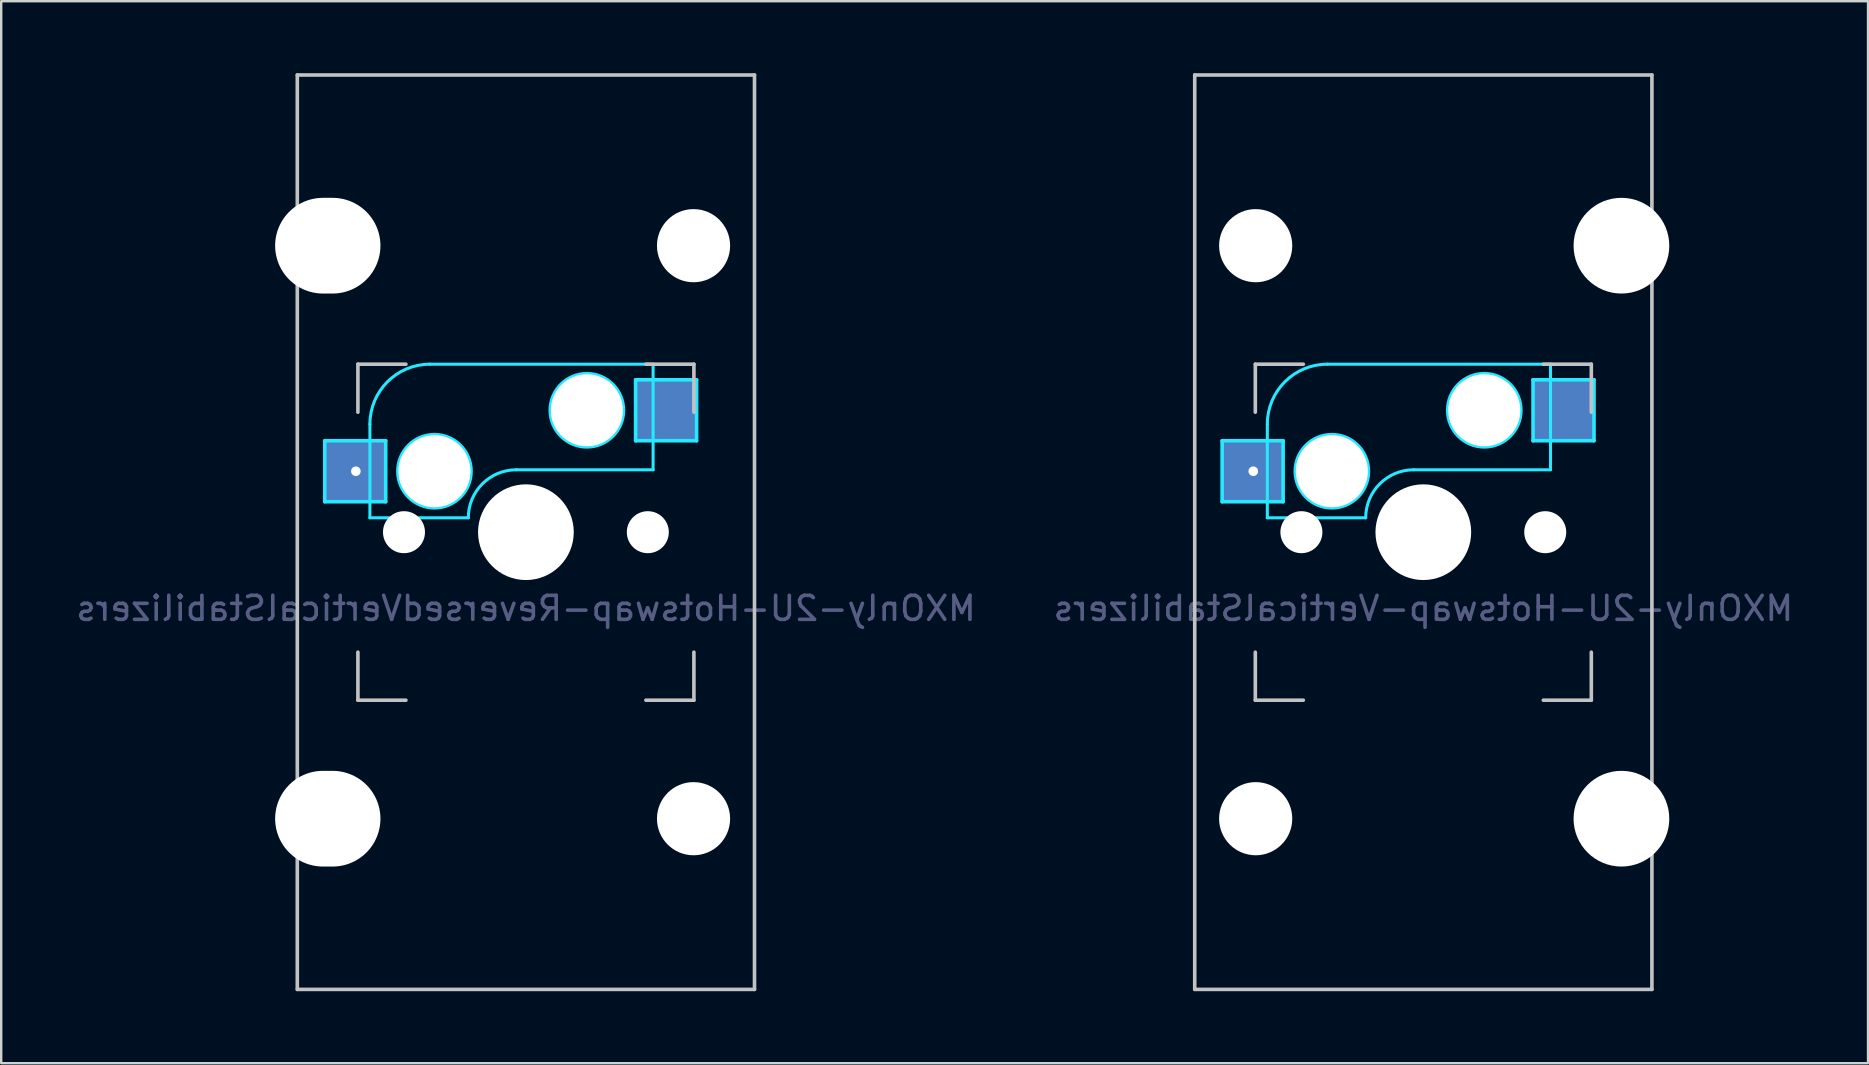
<source format=kicad_pcb>
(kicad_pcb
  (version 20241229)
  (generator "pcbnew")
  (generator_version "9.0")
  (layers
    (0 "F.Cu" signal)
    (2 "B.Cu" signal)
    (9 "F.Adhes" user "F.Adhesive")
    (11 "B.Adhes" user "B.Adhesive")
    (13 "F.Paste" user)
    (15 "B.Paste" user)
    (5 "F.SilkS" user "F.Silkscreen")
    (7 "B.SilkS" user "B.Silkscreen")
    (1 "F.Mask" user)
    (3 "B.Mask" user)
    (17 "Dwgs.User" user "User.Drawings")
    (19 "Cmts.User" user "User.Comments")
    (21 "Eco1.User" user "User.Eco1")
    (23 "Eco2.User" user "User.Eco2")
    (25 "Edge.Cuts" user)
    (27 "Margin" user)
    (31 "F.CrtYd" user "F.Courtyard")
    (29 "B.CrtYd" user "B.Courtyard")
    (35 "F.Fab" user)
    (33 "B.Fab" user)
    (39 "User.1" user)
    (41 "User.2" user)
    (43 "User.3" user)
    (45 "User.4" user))
  (footprint "MXOnly-2U-Hotswap-VerticalStabilizers"
    (layer "F.Cu")
    (at 56.256 19.125)
    (property "Reference" "MXOnly-2U-Hotswap-VerticalStabilizers" (at 0 3.175 0) (layer "B.Fab") (effects (font (size 1 1) (thickness 0.15)) (justify mirror)))
    (attr through_hole)
    (fp_line (start -9.525 -19.05) (end 9.525 -19.05) (stroke (width 0.15) (type solid)) (layer "Dwgs.User"))
    (fp_line (start -9.525 19.05) (end -9.525 -19.05) (stroke (width 0.15) (type solid)) (layer "Dwgs.User"))
    (fp_line (start -7 -7) (end -7 -5) (stroke (width 0.15) (type solid)) (layer "Dwgs.User"))
    (fp_line (start -7 5) (end -7 7) (stroke (width 0.15) (type solid)) (layer "Dwgs.User"))
    (fp_line (start -7 7) (end -5 7) (stroke (width 0.15) (type solid)) (layer "Dwgs.User"))
    (fp_line (start -5 -7) (end -7 -7) (stroke (width 0.15) (type solid)) (layer "Dwgs.User"))
    (fp_line (start 5 -7) (end 7 -7) (stroke (width 0.15) (type solid)) (layer "Dwgs.User"))
    (fp_line (start 5 7) (end 7 7) (stroke (width 0.15) (type solid)) (layer "Dwgs.User"))
    (fp_line (start 7 -7) (end 7 -5) (stroke (width 0.15) (type solid)) (layer "Dwgs.User"))
    (fp_line (start 7 7) (end 7 5) (stroke (width 0.15) (type solid)) (layer "Dwgs.User"))
    (fp_line (start 9.525 19.05) (end -9.525 19.05) (stroke (width 0.15) (type solid)) (layer "Dwgs.User"))
    (fp_line (start 9.525 19.05) (end 9.525 -19.05) (stroke (width 0.15) (type solid)) (layer "Dwgs.User"))
    (fp_line (start -8.382 -3.81) (end -8.382 -1.27) (stroke (width 0.15) (type solid)) (layer "B.CrtYd"))
    (fp_line (start -8.382 -1.27) (end -5.842 -1.27) (stroke (width 0.15) (type solid)) (layer "B.CrtYd"))
    (fp_line (start -6.5 -4.5) (end -6.5 -0.6) (stroke (width 0.127) (type solid)) (layer "B.CrtYd"))
    (fp_line (start -6.5 -0.6) (end -2.4 -0.6) (stroke (width 0.127) (type solid)) (layer "B.CrtYd"))
    (fp_line (start -5.842 -3.81) (end -8.382 -3.81) (stroke (width 0.15) (type solid)) (layer "B.CrtYd"))
    (fp_line (start -5.842 -1.27) (end -5.842 -3.81) (stroke (width 0.15) (type solid)) (layer "B.CrtYd"))
    (fp_line (start -0.4 -2.6) (end 5.3 -2.6) (stroke (width 0.127) (type solid)) (layer "B.CrtYd"))
    (fp_line (start 4.572 -6.35) (end 7.112 -6.35) (stroke (width 0.15) (type solid)) (layer "B.CrtYd"))
    (fp_line (start 4.572 -3.81) (end 4.572 -6.35) (stroke (width 0.15) (type solid)) (layer "B.CrtYd"))
    (fp_line (start 5.3 -7) (end -4 -7) (stroke (width 0.127) (type solid)) (layer "B.CrtYd"))
    (fp_line (start 5.3 -7) (end 5.3 -2.6) (stroke (width 0.127) (type solid)) (layer "B.CrtYd"))
    (fp_line (start 7.112 -6.35) (end 7.112 -3.81) (stroke (width 0.15) (type solid)) (layer "B.CrtYd"))
    (fp_line (start 7.112 -3.81) (end 4.572 -3.81) (stroke (width 0.15) (type solid)) (layer "B.CrtYd"))
    (fp_arc (start -6.5 -4.5) (mid -5.767767 -6.267767) (end -4 -7) (stroke (width 0.127) (type solid)) (layer "B.CrtYd"))
    (fp_arc (start -2.4 -0.6) (mid -1.814214 -2.014214) (end -0.4 -2.6) (stroke (width 0.127) (type solid)) (layer "B.CrtYd"))
    (fp_circle (center -3.81 -2.54) (end -3.81 -4.064) (stroke (width 0.15) (type solid)) (fill no) (layer "B.CrtYd"))
    (fp_circle (center 2.54 -5.08) (end 2.54 -6.604) (stroke (width 0.15) (type solid)) (fill no) (layer "B.CrtYd"))
    (pad "" np_thru_hole circle (at -6.985 -11.938 180) (size 3.048 3.048) (drill 3.048) (layers "*.Cu" "*.Mask"))
    (pad "" np_thru_hole circle (at -6.985 11.938 90) (size 3.048 3.048) (drill 3.048) (layers "*.Cu" "*.Mask"))
    (pad "" np_thru_hole circle (at -5.08 0 48.1) (size 1.75 1.75) (drill 1.75) (layers "*.Cu" "*.Mask"))
    (pad "" np_thru_hole circle (at -3.81 -2.54) (size 3 3) (drill 3) (layers "*.Cu" "*.Mask"))
    (pad "" np_thru_hole circle (at 0 0) (size 3.988 3.988) (drill 3.988) (layers "*.Cu" "*.Mask"))
    (pad "" np_thru_hole circle (at 2.54 -5.08) (size 3 3) (drill 3) (layers "*.Cu" "*.Mask"))
    (pad "" np_thru_hole circle (at 5.08 0 48.1) (size 1.75 1.75) (drill 1.75) (layers "*.Cu" "*.Mask"))
    (pad "" np_thru_hole circle (at 8.255 -11.938 90) (size 3.988 3.988) (drill 3.988) (layers "*.Cu" "*.Mask"))
    (pad "" np_thru_hole circle (at 8.255 11.938 90) (size 3.988 3.988) (drill 3.988) (layers "*.Cu" "*.Mask"))
    (pad "1" thru_hole circle (at -7.085 -2.54) (size 0.8 0.8) (drill 0.4) (layers "*.Cu"))
    (pad "1" smd rect (at -7.085 -2.54) (size 2.55 2.5) (layers "B.Cu" "B.Mask" "B.Paste"))
    (pad "2" smd rect (at 5.842 -5.08) (size 2.55 2.5) (layers "B.Cu" "B.Mask" "B.Paste")))
  (footprint "MXOnly-2U-Hotswap-ReversedVerticalStabilizers"
    (layer "F.Cu")
    (at 18.863 19.125)
    (property "Reference" "MXOnly-2U-Hotswap-ReversedVerticalStabilizers" (at 0 3.175 0) (layer "B.Fab") (effects (font (size 1 1) (thickness 0.15)) (justify mirror)))
    (attr through_hole)
    (fp_line (start -9.525 -19.05) (end 9.525 -19.05) (stroke (width 0.15) (type solid)) (layer "Dwgs.User"))
    (fp_line (start -9.525 19.05) (end -9.525 -19.05) (stroke (width 0.15) (type solid)) (layer "Dwgs.User"))
    (fp_line (start -7 -7) (end -7 -5) (stroke (width 0.15) (type solid)) (layer "Dwgs.User"))
    (fp_line (start -7 5) (end -7 7) (stroke (width 0.15) (type solid)) (layer "Dwgs.User"))
    (fp_line (start -7 7) (end -5 7) (stroke (width 0.15) (type solid)) (layer "Dwgs.User"))
    (fp_line (start -5 -7) (end -7 -7) (stroke (width 0.15) (type solid)) (layer "Dwgs.User"))
    (fp_line (start 5 -7) (end 7 -7) (stroke (width 0.15) (type solid)) (layer "Dwgs.User"))
    (fp_line (start 5 7) (end 7 7) (stroke (width 0.15) (type solid)) (layer "Dwgs.User"))
    (fp_line (start 7 -7) (end 7 -5) (stroke (width 0.15) (type solid)) (layer "Dwgs.User"))
    (fp_line (start 7 7) (end 7 5) (stroke (width 0.15) (type solid)) (layer "Dwgs.User"))
    (fp_line (start 9.525 19.05) (end -9.525 19.05) (stroke (width 0.15) (type solid)) (layer "Dwgs.User"))
    (fp_line (start 9.525 19.05) (end 9.525 -19.05) (stroke (width 0.15) (type solid)) (layer "Dwgs.User"))
    (fp_line (start -8.382 -3.81) (end -8.382 -1.27) (stroke (width 0.15) (type solid)) (layer "B.CrtYd"))
    (fp_line (start -8.382 -1.27) (end -5.842 -1.27) (stroke (width 0.15) (type solid)) (layer "B.CrtYd"))
    (fp_line (start -6.5 -4.5) (end -6.5 -0.6) (stroke (width 0.127) (type solid)) (layer "B.CrtYd"))
    (fp_line (start -6.5 -0.6) (end -2.4 -0.6) (stroke (width 0.127) (type solid)) (layer "B.CrtYd"))
    (fp_line (start -5.842 -3.81) (end -8.382 -3.81) (stroke (width 0.15) (type solid)) (layer "B.CrtYd"))
    (fp_line (start -5.842 -1.27) (end -5.842 -3.81) (stroke (width 0.15) (type solid)) (layer "B.CrtYd"))
    (fp_line (start -0.4 -2.6) (end 5.3 -2.6) (stroke (width 0.127) (type solid)) (layer "B.CrtYd"))
    (fp_line (start 4.572 -6.35) (end 7.112 -6.35) (stroke (width 0.15) (type solid)) (layer "B.CrtYd"))
    (fp_line (start 4.572 -3.81) (end 4.572 -6.35) (stroke (width 0.15) (type solid)) (layer "B.CrtYd"))
    (fp_line (start 5.3 -7) (end -4 -7) (stroke (width 0.127) (type solid)) (layer "B.CrtYd"))
    (fp_line (start 5.3 -7) (end 5.3 -2.6) (stroke (width 0.127) (type solid)) (layer "B.CrtYd"))
    (fp_line (start 7.112 -6.35) (end 7.112 -3.81) (stroke (width 0.15) (type solid)) (layer "B.CrtYd"))
    (fp_line (start 7.112 -3.81) (end 4.572 -3.81) (stroke (width 0.15) (type solid)) (layer "B.CrtYd"))
    (fp_arc (start -6.5 -4.5) (mid -5.767767 -6.267767) (end -4 -7) (stroke (width 0.127) (type solid)) (layer "B.CrtYd"))
    (fp_arc (start -2.4 -0.6) (mid -1.814214 -2.014214) (end -0.4 -2.6) (stroke (width 0.127) (type solid)) (layer "B.CrtYd"))
    (fp_circle (center -3.81 -2.54) (end -3.81 -4.064) (stroke (width 0.15) (type solid)) (fill no) (layer "B.CrtYd"))
    (fp_circle (center 2.54 -5.08) (end 2.54 -6.604) (stroke (width 0.15) (type solid)) (fill no) (layer "B.CrtYd"))
    (pad "" np_thru_hole oval (at -8.255 -11.938 90) (size 3.988 4.388) (drill oval 3.988 4.388) (layers "*.Cu" "*.Mask"))
    (pad "" np_thru_hole oval (at -8.255 11.938 90) (size 3.988 4.388) (drill oval 3.988 4.388) (layers "*.Cu" "*.Mask"))
    (pad "" np_thru_hole circle (at -5.08 0 48.1) (size 1.75 1.75) (drill 1.75) (layers "*.Cu" "*.Mask"))
    (pad "" np_thru_hole circle (at -3.81 -2.54) (size 3 3) (drill 3) (layers "*.Cu" "*.Mask"))
    (pad "" np_thru_hole circle (at 0 0) (size 3.988 3.988) (drill 3.988) (layers "*.Cu" "*.Mask"))
    (pad "" np_thru_hole circle (at 2.54 -5.08) (size 3 3) (drill 3) (layers "*.Cu" "*.Mask"))
    (pad "" np_thru_hole circle (at 5.08 0 48.1) (size 1.75 1.75) (drill 1.75) (layers "*.Cu" "*.Mask"))
    (pad "" np_thru_hole circle (at 6.985 -11.938 180) (size 3.048 3.048) (drill 3.048) (layers "*.Cu" "*.Mask"))
    (pad "" np_thru_hole circle (at 6.985 11.938 90) (size 3.048 3.048) (drill 3.048) (layers "*.Cu" "*.Mask"))
    (pad "1" thru_hole circle (at -7.085 -2.54) (size 0.8 0.8) (drill 0.4) (layers "*.Cu"))
    (pad "1" smd rect (at -7.085 -2.54) (size 2.55 2.5) (layers "B.Cu" "B.Mask" "B.Paste"))
    (pad "2" smd rect (at 5.842 -5.08) (size 2.55 2.5) (layers "B.Cu" "B.Mask" "B.Paste")))
  (gr_rect
    (start -3 -3)
    (end 74.786 41.25)
    (stroke (width 0.1) (type default))
    (fill no)
    (layer "Edge.Cuts")))
</source>
